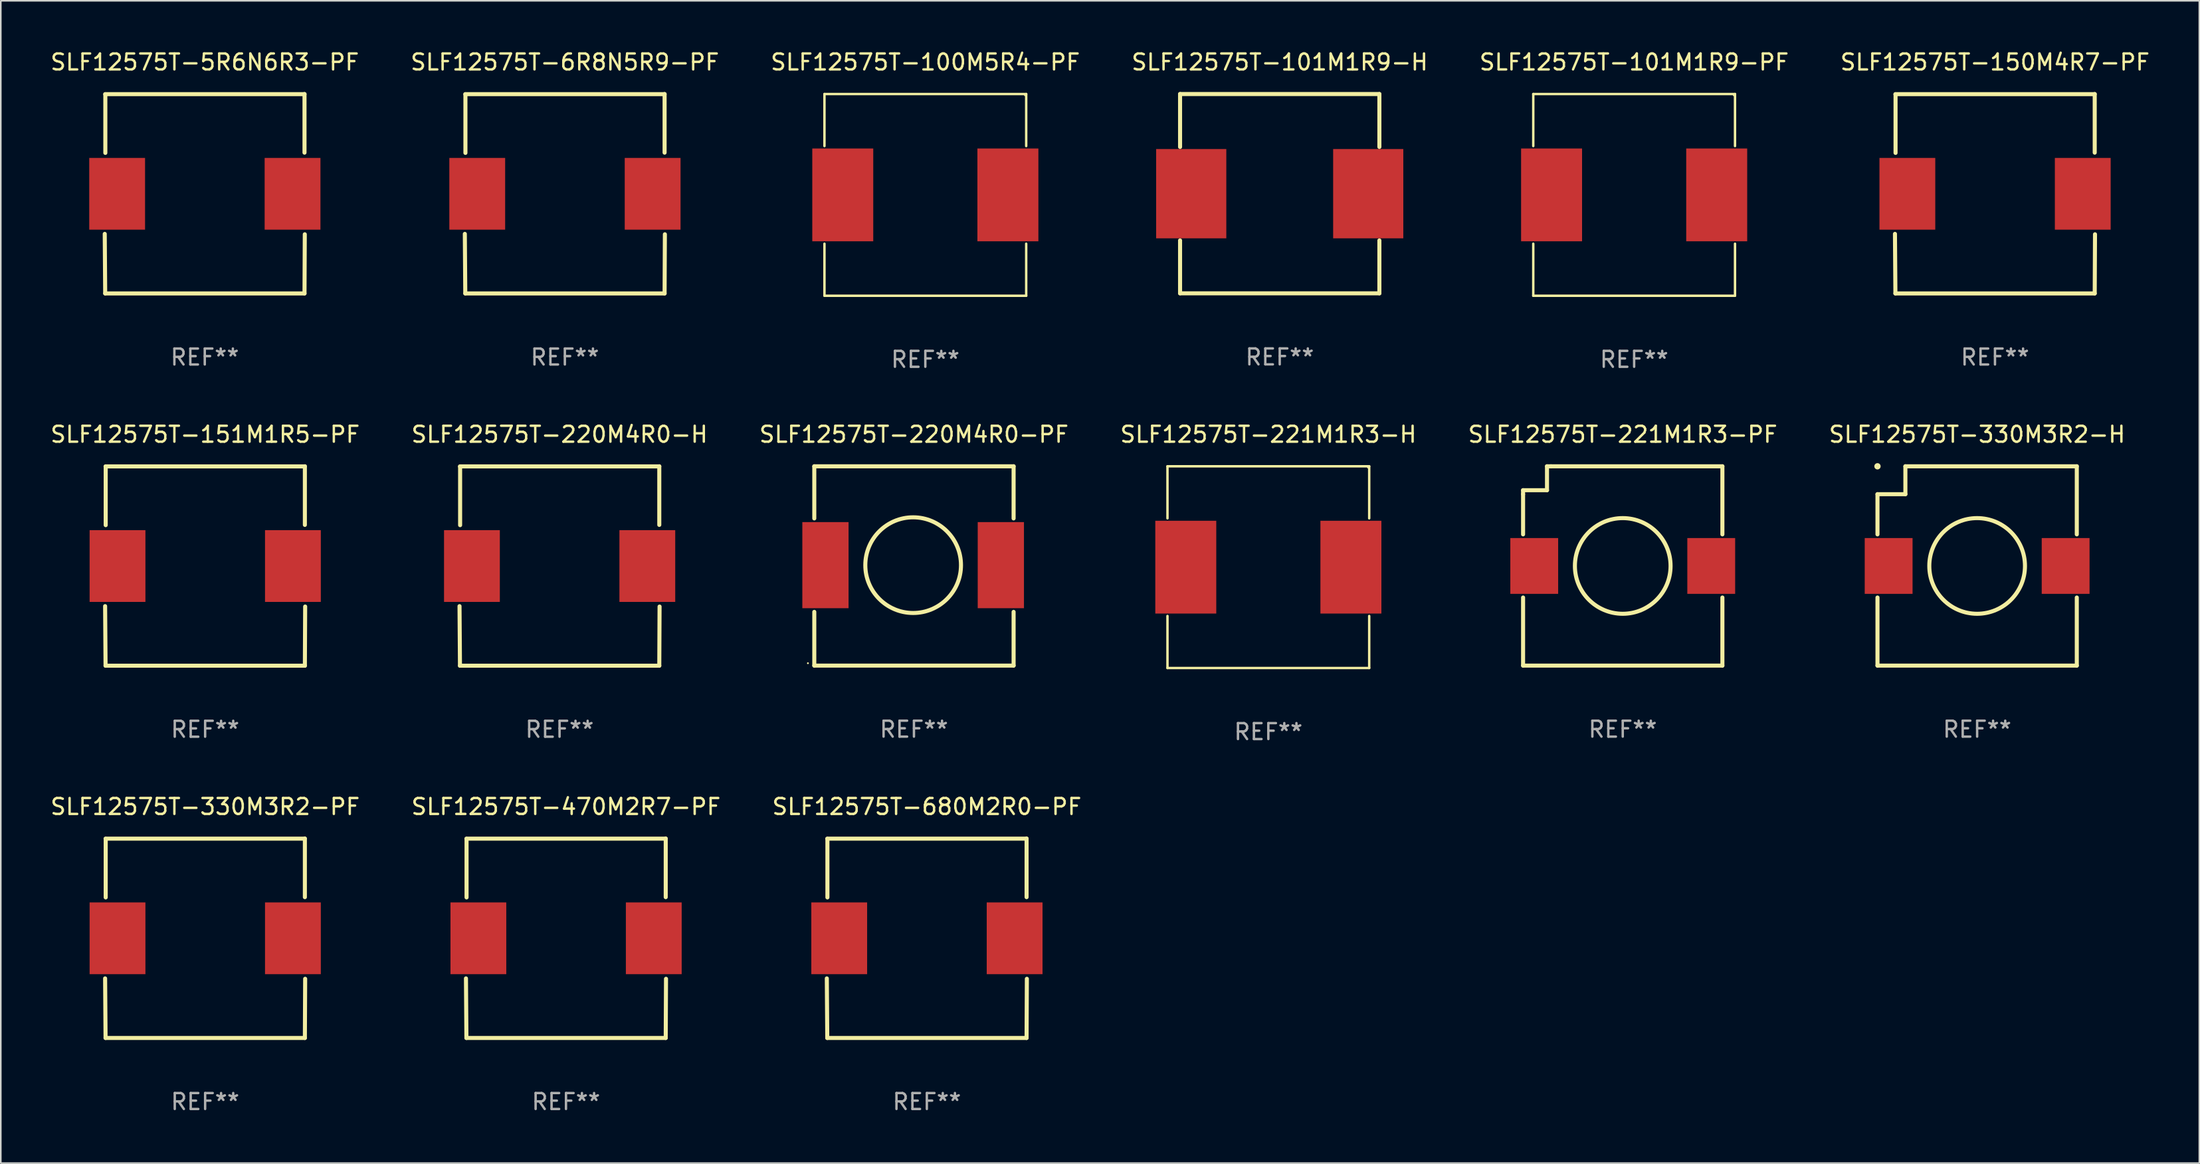
<source format=kicad_pcb>
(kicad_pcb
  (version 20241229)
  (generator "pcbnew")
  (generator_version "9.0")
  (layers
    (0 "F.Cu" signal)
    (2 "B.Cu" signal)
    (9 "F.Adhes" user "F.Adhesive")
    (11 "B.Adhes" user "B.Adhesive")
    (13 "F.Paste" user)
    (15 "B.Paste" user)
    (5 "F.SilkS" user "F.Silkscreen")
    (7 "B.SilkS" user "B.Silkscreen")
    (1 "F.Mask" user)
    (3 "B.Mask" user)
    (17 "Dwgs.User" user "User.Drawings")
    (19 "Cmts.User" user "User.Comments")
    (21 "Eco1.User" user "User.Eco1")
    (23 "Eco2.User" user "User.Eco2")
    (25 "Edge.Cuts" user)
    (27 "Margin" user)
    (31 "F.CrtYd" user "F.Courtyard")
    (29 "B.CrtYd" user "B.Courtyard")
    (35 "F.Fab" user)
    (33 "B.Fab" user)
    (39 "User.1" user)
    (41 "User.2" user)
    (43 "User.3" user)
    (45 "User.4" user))
  (footprint "SLF12575T-221M1R3-PF"
    (layer "F.Cu")
    (at 98.72 32.447)
    (property "Reference" "SLF12575T-221M1R3-PF" (at 0 -8.25 0) (layer "F.SilkS") (effects (font (size 1 1) (thickness 0.15))))
    (attr through_hole)
    (fp_line (start -6.25 -4.75) (end -4.75 -4.75) (stroke (width 0.254) (type solid)) (layer "F.SilkS"))
    (fp_line (start -6.25 -4.5) (end -6.25 -4.75) (stroke (width 0.254) (type solid)) (layer "F.SilkS"))
    (fp_line (start -6.25 -4.5) (end -6.25 -1.981) (stroke (width 0.254) (type solid)) (layer "F.SilkS"))
    (fp_line (start -6.25 6.25) (end -6.25 1.981) (stroke (width 0.254) (type solid)) (layer "F.SilkS"))
    (fp_line (start -6.25 6.25) (end 6.25 6.25) (stroke (width 0.254) (type solid)) (layer "F.SilkS"))
    (fp_line (start -4.75 -6.25) (end -4.5 -6.25) (stroke (width 0.254) (type solid)) (layer "F.SilkS"))
    (fp_line (start -4.75 -4.75) (end -4.75 -6.25) (stroke (width 0.254) (type solid)) (layer "F.SilkS"))
    (fp_line (start -4.5 -6.25) (end 6.25 -6.25) (stroke (width 0.254) (type solid)) (layer "F.SilkS"))
    (fp_line (start 6.25 -6.25) (end 6.25 -1.981) (stroke (width 0.254) (type solid)) (layer "F.SilkS"))
    (fp_line (start 6.25 1.981) (end 6.25 6.25) (stroke (width 0.254) (type solid)) (layer "F.SilkS"))
    (fp_circle (center -6.25 6.25) (end -6.22 6.25) (stroke (width 0.06) (type solid)) (fill no) (layer "F.SilkS"))
    (fp_circle (center 0 0.000025) (end 3 0.000025) (stroke (width 0.254) (type solid)) (fill no) (layer "F.SilkS"))
    (fp_text user "REF**" (at 0 10.25 0) (layer "F.Fab") (effects (font (size 1 1) (thickness 0.15))))
    (pad "1" smd rect (at -5.55 0.000025) (size 3 3.5) (layers "F.Cu" "F.Mask" "F.Paste"))
    (pad "2" smd rect (at 5.55 0.000025) (size 3 3.5) (layers "F.Cu" "F.Mask" "F.Paste")))
  (footprint "SLF12575T-151M1R5-PF"
    (layer "F.Cu")
    (at 9.815 32.45)
    (property "Reference" "SLF12575T-151M1R5-PF" (at 0 -8.253 0) (layer "F.SilkS") (effects (font (size 1 1) (thickness 0.15))))
    (attr through_hole)
    (fp_line (start -6.273 2.518) (end -6.245 6.253) (stroke (width 0.254) (type solid)) (layer "F.SilkS"))
    (fp_line (start -6.245 -6.247) (end 6.255 -6.247) (stroke (width 0.254) (type solid)) (layer "F.SilkS"))
    (fp_line (start -6.245 6.253) (end 6.255 6.253) (stroke (width 0.254) (type solid)) (layer "F.SilkS"))
    (fp_line (start -6.236 -6.237) (end -6.236 -2.562) (stroke (width 0.254) (type solid)) (layer "F.SilkS"))
    (fp_line (start 6.255 -6.253) (end 6.255 -2.578) (stroke (width 0.254) (type solid)) (layer "F.SilkS"))
    (fp_line (start 6.255 6.253) (end 6.273 2.543) (stroke (width 0.254) (type solid)) (layer "F.SilkS"))
    (fp_circle (center -6.245 6.253) (end -6.215 6.253) (stroke (width 0.06) (type solid)) (fill no) (layer "F.SilkS"))
    (fp_text user "REF**" (at 0 10.253 0) (layer "F.Fab") (effects (font (size 1 1) (thickness 0.15))))
    (pad "1" smd rect (at -5.495 0.003) (size 3.5 4.5) (layers "F.Cu" "F.Mask" "F.Paste"))
    (pad "2" smd rect (at 5.505 0.003) (size 3.5 4.5) (layers "F.Cu" "F.Mask" "F.Paste")))
  (footprint "SLF12575T-100M5R4-PF"
    (layer "F.Cu")
    (at 54.982 9.174)
    (property "Reference" "SLF12575T-100M5R4-PF" (at 0 -8.326 0) (layer "F.SilkS") (effects (font (size 1 1) (thickness 0.15))))
    (attr through_hole)
    (fp_line (start -6.326 -6.326) (end 6.326 -6.326) (stroke (width 0.152) (type solid)) (layer "F.SilkS"))
    (fp_line (start -6.326 -3.062) (end -6.326 -6.326) (stroke (width 0.152) (type solid)) (layer "F.SilkS"))
    (fp_line (start -6.326 3.062) (end -6.326 6.326) (stroke (width 0.152) (type solid)) (layer "F.SilkS"))
    (fp_line (start -6.326 6.326) (end 6.326 6.326) (stroke (width 0.152) (type solid)) (layer "F.SilkS"))
    (fp_line (start 6.326 -6.326) (end 6.326 -3.062) (stroke (width 0.152) (type solid)) (layer "F.SilkS"))
    (fp_line (start 6.326 6.326) (end 6.326 3.062) (stroke (width 0.152) (type solid)) (layer "F.SilkS"))
    (fp_circle (center 6.25 -6.25) (end 6.28 -6.25) (stroke (width 0.06) (type solid)) (fill no) (layer "F.SilkS"))
    (fp_text user "REF**" (at 0 10.326 0) (layer "F.Fab") (effects (font (size 1 1) (thickness 0.15))))
    (pad "1" smd rect (at 5.178 0) (size 3.824 5.82) (layers "F.Cu" "F.Mask" "F.Paste"))
    (pad "2" smd rect (at -5.178 0) (size 3.824 5.82) (layers "F.Cu" "F.Mask" "F.Paste")))
  (footprint "SLF12575T-220M4R0-H"
    (layer "F.Cu")
    (at 32.042 32.45)
    (property "Reference" "SLF12575T-220M4R0-H" (at 0 -8.253 0) (layer "F.SilkS") (effects (font (size 1 1) (thickness 0.15))))
    (attr through_hole)
    (fp_line (start -6.273 2.518) (end -6.245 6.253) (stroke (width 0.254) (type solid)) (layer "F.SilkS"))
    (fp_line (start -6.245 -6.247) (end 6.255 -6.247) (stroke (width 0.254) (type solid)) (layer "F.SilkS"))
    (fp_line (start -6.245 6.253) (end 6.255 6.253) (stroke (width 0.254) (type solid)) (layer "F.SilkS"))
    (fp_line (start -6.236 -6.237) (end -6.236 -2.562) (stroke (width 0.254) (type solid)) (layer "F.SilkS"))
    (fp_line (start 6.255 -6.253) (end 6.255 -2.578) (stroke (width 0.254) (type solid)) (layer "F.SilkS"))
    (fp_line (start 6.255 6.253) (end 6.273 2.543) (stroke (width 0.254) (type solid)) (layer "F.SilkS"))
    (fp_circle (center -6.245 6.253) (end -6.215 6.253) (stroke (width 0.06) (type solid)) (fill no) (layer "F.SilkS"))
    (fp_text user "REF**" (at 0 10.253 0) (layer "F.Fab") (effects (font (size 1 1) (thickness 0.15))))
    (pad "1" smd rect (at -5.495 0.003) (size 3.5 4.5) (layers "F.Cu" "F.Mask" "F.Paste"))
    (pad "2" smd rect (at 5.505 0.003) (size 3.5 4.5) (layers "F.Cu" "F.Mask" "F.Paste")))
  (footprint "SLF12575T-6R8N5R9-PF"
    (layer "F.Cu")
    (at 32.375 9.102)
    (property "Reference" "SLF12575T-6R8N5R9-PF" (at 0 -8.253 0) (layer "F.SilkS") (effects (font (size 1 1) (thickness 0.15))))
    (attr through_hole)
    (fp_line (start -6.273 2.518) (end -6.245 6.253) (stroke (width 0.254) (type solid)) (layer "F.SilkS"))
    (fp_line (start -6.245 -6.247) (end 6.255 -6.247) (stroke (width 0.254) (type solid)) (layer "F.SilkS"))
    (fp_line (start -6.245 6.253) (end 6.255 6.253) (stroke (width 0.254) (type solid)) (layer "F.SilkS"))
    (fp_line (start -6.236 -6.237) (end -6.236 -2.562) (stroke (width 0.254) (type solid)) (layer "F.SilkS"))
    (fp_line (start 6.255 -6.253) (end 6.255 -2.578) (stroke (width 0.254) (type solid)) (layer "F.SilkS"))
    (fp_line (start 6.255 6.253) (end 6.273 2.543) (stroke (width 0.254) (type solid)) (layer "F.SilkS"))
    (fp_circle (center -6.245 6.253) (end -6.215 6.253) (stroke (width 0.06) (type solid)) (fill no) (layer "F.SilkS"))
    (fp_text user "REF**" (at 0 10.253 0) (layer "F.Fab") (effects (font (size 1 1) (thickness 0.15))))
    (pad "1" smd rect (at -5.495 0.003) (size 3.5 4.5) (layers "F.Cu" "F.Mask" "F.Paste"))
    (pad "2" smd rect (at 5.505 0.003) (size 3.5 4.5) (layers "F.Cu" "F.Mask" "F.Paste")))
  (footprint "SLF12575T-220M4R0-PF"
    (layer "F.Cu")
    (at 54.268 32.447)
    (property "Reference" "SLF12575T-220M4R0-PF" (at 0 -8.25 0) (layer "F.SilkS") (effects (font (size 1 1) (thickness 0.15))))
    (attr through_hole)
    (fp_line (start -6.25 -6.25) (end 6.25 -6.25) (stroke (width 0.254) (type solid)) (layer "F.SilkS"))
    (fp_line (start -6.25 -2.981) (end -6.25 -6.25) (stroke (width 0.254) (type solid)) (layer "F.SilkS"))
    (fp_line (start -6.25 6.25) (end -6.25 2.881) (stroke (width 0.254) (type solid)) (layer "F.SilkS"))
    (fp_line (start 6.25 -6.25) (end 6.25 -2.981) (stroke (width 0.254) (type solid)) (layer "F.SilkS"))
    (fp_line (start 6.25 2.881) (end 6.25 6.25) (stroke (width 0.254) (type solid)) (layer "F.SilkS"))
    (fp_line (start 6.25 6.25) (end -6.25 6.25) (stroke (width 0.254) (type solid)) (layer "F.SilkS"))
    (fp_circle (center -6.65 6.1) (end -6.62 6.1) (stroke (width 0.06) (type solid)) (fill no) (layer "F.SilkS"))
    (fp_circle (center -0.05 -0.05) (end 2.95 -0.05) (stroke (width 0.254) (type solid)) (fill no) (layer "F.SilkS"))
    (fp_text user "REF**" (at 0 10.25 0) (layer "F.Fab") (effects (font (size 1 1) (thickness 0.15))))
    (pad "1" smd rect (at -5.55 -0.05 90) (size 5.4 2.9) (layers "F.Cu" "F.Mask" "F.Paste"))
    (pad "2" smd rect (at 5.45 -0.05 90) (size 5.4 2.9) (layers "F.Cu" "F.Mask" "F.Paste")))
  (footprint "SLF12575T-330M3R2-PF"
    (layer "F.Cu")
    (at 9.815 55.799)
    (property "Reference" "SLF12575T-330M3R2-PF" (at 0 -8.253 0) (layer "F.SilkS") (effects (font (size 1 1) (thickness 0.15))))
    (attr through_hole)
    (fp_line (start -6.273 2.518) (end -6.245 6.253) (stroke (width 0.254) (type solid)) (layer "F.SilkS"))
    (fp_line (start -6.245 -6.247) (end 6.255 -6.247) (stroke (width 0.254) (type solid)) (layer "F.SilkS"))
    (fp_line (start -6.245 6.253) (end 6.255 6.253) (stroke (width 0.254) (type solid)) (layer "F.SilkS"))
    (fp_line (start -6.236 -6.237) (end -6.236 -2.562) (stroke (width 0.254) (type solid)) (layer "F.SilkS"))
    (fp_line (start 6.255 -6.253) (end 6.255 -2.578) (stroke (width 0.254) (type solid)) (layer "F.SilkS"))
    (fp_line (start 6.255 6.253) (end 6.273 2.543) (stroke (width 0.254) (type solid)) (layer "F.SilkS"))
    (fp_circle (center -6.245 6.253) (end -6.215 6.253) (stroke (width 0.06) (type solid)) (fill no) (layer "F.SilkS"))
    (fp_text user "REF**" (at 0 10.253 0) (layer "F.Fab") (effects (font (size 1 1) (thickness 0.15))))
    (pad "1" smd rect (at -5.495 0.003) (size 3.5 4.5) (layers "F.Cu" "F.Mask" "F.Paste"))
    (pad "2" smd rect (at 5.505 0.003) (size 3.5 4.5) (layers "F.Cu" "F.Mask" "F.Paste")))
  (footprint "SLF12575T-101M1R9-PF"
    (layer "F.Cu")
    (at 99.435 9.174)
    (property "Reference" "SLF12575T-101M1R9-PF" (at 0 -8.326 0) (layer "F.SilkS") (effects (font (size 1 1) (thickness 0.15))))
    (attr through_hole)
    (fp_line (start -6.326 -6.326) (end 6.326 -6.326) (stroke (width 0.152) (type solid)) (layer "F.SilkS"))
    (fp_line (start -6.326 -3.062) (end -6.326 -6.326) (stroke (width 0.152) (type solid)) (layer "F.SilkS"))
    (fp_line (start -6.326 3.062) (end -6.326 6.326) (stroke (width 0.152) (type solid)) (layer "F.SilkS"))
    (fp_line (start -6.326 6.326) (end 6.326 6.326) (stroke (width 0.152) (type solid)) (layer "F.SilkS"))
    (fp_line (start 6.326 -6.326) (end 6.326 -3.062) (stroke (width 0.152) (type solid)) (layer "F.SilkS"))
    (fp_line (start 6.326 6.326) (end 6.326 3.062) (stroke (width 0.152) (type solid)) (layer "F.SilkS"))
    (fp_circle (center 6.25 -6.25) (end 6.28 -6.25) (stroke (width 0.06) (type solid)) (fill no) (layer "F.SilkS"))
    (fp_text user "REF**" (at 0 10.326 0) (layer "F.Fab") (effects (font (size 1 1) (thickness 0.15))))
    (pad "1" smd rect (at 5.178 0) (size 3.824 5.82) (layers "F.Cu" "F.Mask" "F.Paste"))
    (pad "2" smd rect (at -5.178 0) (size 3.824 5.82) (layers "F.Cu" "F.Mask" "F.Paste")))
  (footprint "SLF12575T-470M2R7-PF"
    (layer "F.Cu")
    (at 32.446 55.799)
    (property "Reference" "SLF12575T-470M2R7-PF" (at 0 -8.253 0) (layer "F.SilkS") (effects (font (size 1 1) (thickness 0.15))))
    (attr through_hole)
    (fp_line (start -6.273 2.518) (end -6.245 6.253) (stroke (width 0.254) (type solid)) (layer "F.SilkS"))
    (fp_line (start -6.245 -6.247) (end 6.255 -6.247) (stroke (width 0.254) (type solid)) (layer "F.SilkS"))
    (fp_line (start -6.245 6.253) (end 6.255 6.253) (stroke (width 0.254) (type solid)) (layer "F.SilkS"))
    (fp_line (start -6.236 -6.237) (end -6.236 -2.562) (stroke (width 0.254) (type solid)) (layer "F.SilkS"))
    (fp_line (start 6.255 -6.253) (end 6.255 -2.578) (stroke (width 0.254) (type solid)) (layer "F.SilkS"))
    (fp_line (start 6.255 6.253) (end 6.273 2.543) (stroke (width 0.254) (type solid)) (layer "F.SilkS"))
    (fp_circle (center -6.245 6.253) (end -6.215 6.253) (stroke (width 0.06) (type solid)) (fill no) (layer "F.SilkS"))
    (fp_text user "REF**" (at 0 10.253 0) (layer "F.Fab") (effects (font (size 1 1) (thickness 0.15))))
    (pad "1" smd rect (at -5.495 0.003) (size 3.5 4.5) (layers "F.Cu" "F.Mask" "F.Paste"))
    (pad "2" smd rect (at 5.505 0.003) (size 3.5 4.5) (layers "F.Cu" "F.Mask" "F.Paste")))
  (footprint "SLF12575T-101M1R9-H"
    (layer "F.Cu")
    (at 77.208 9.098)
    (property "Reference" "SLF12575T-101M1R9-H" (at 0 -8.25 0) (layer "F.SilkS") (effects (font (size 1 1) (thickness 0.15))))
    (attr through_hole)
    (fp_line (start -6.25 -6.25) (end 6.25 -6.25) (stroke (width 0.254) (type solid)) (layer "F.SilkS"))
    (fp_line (start -6.25 -2.931) (end -6.25 -6.25) (stroke (width 0.254) (type solid)) (layer "F.SilkS"))
    (fp_line (start -6.25 6.25) (end -6.25 2.931) (stroke (width 0.254) (type solid)) (layer "F.SilkS"))
    (fp_line (start 6.25 -6.25) (end 6.25 -2.931) (stroke (width 0.254) (type solid)) (layer "F.SilkS"))
    (fp_line (start 6.25 2.931) (end 6.25 6.25) (stroke (width 0.254) (type solid)) (layer "F.SilkS"))
    (fp_line (start 6.25 6.25) (end -6.25 6.25) (stroke (width 0.254) (type solid)) (layer "F.SilkS"))
    (fp_circle (center -6.25 6.25) (end -6.22 6.25) (stroke (width 0.06) (type solid)) (fill no) (layer "F.SilkS"))
    (fp_text user "REF**" (at 0 10.25 0) (layer "F.Fab") (effects (font (size 1 1) (thickness 0.15))))
    (pad "1" smd rect (at -5.55 0) (size 4.4 5.6) (layers "F.Cu" "F.Mask" "F.Paste"))
    (pad "2" smd rect (at 5.55 0) (size 4.4 5.6) (layers "F.Cu" "F.Mask" "F.Paste")))
  (footprint "SLF12575T-150M4R7-PF"
    (layer "F.Cu")
    (at 122.065 9.102)
    (property "Reference" "SLF12575T-150M4R7-PF" (at 0 -8.253 0) (layer "F.SilkS") (effects (font (size 1 1) (thickness 0.15))))
    (attr through_hole)
    (fp_line (start -6.273 2.518) (end -6.245 6.253) (stroke (width 0.254) (type solid)) (layer "F.SilkS"))
    (fp_line (start -6.245 -6.247) (end 6.255 -6.247) (stroke (width 0.254) (type solid)) (layer "F.SilkS"))
    (fp_line (start -6.245 6.253) (end 6.255 6.253) (stroke (width 0.254) (type solid)) (layer "F.SilkS"))
    (fp_line (start -6.236 -6.237) (end -6.236 -2.562) (stroke (width 0.254) (type solid)) (layer "F.SilkS"))
    (fp_line (start 6.255 -6.253) (end 6.255 -2.578) (stroke (width 0.254) (type solid)) (layer "F.SilkS"))
    (fp_line (start 6.255 6.253) (end 6.273 2.543) (stroke (width 0.254) (type solid)) (layer "F.SilkS"))
    (fp_circle (center -6.245 6.253) (end -6.215 6.253) (stroke (width 0.06) (type solid)) (fill no) (layer "F.SilkS"))
    (fp_text user "REF**" (at 0 10.253 0) (layer "F.Fab") (effects (font (size 1 1) (thickness 0.15))))
    (pad "1" smd rect (at -5.495 0.003) (size 3.5 4.5) (layers "F.Cu" "F.Mask" "F.Paste"))
    (pad "2" smd rect (at 5.505 0.003) (size 3.5 4.5) (layers "F.Cu" "F.Mask" "F.Paste")))
  (footprint "SLF12575T-5R6N6R3-PF"
    (layer "F.Cu")
    (at 9.792 9.102)
    (property "Reference" "SLF12575T-5R6N6R3-PF" (at 0 -8.253 0) (layer "F.SilkS") (effects (font (size 1 1) (thickness 0.15))))
    (attr through_hole)
    (fp_line (start -6.273 2.518) (end -6.245 6.253) (stroke (width 0.254) (type solid)) (layer "F.SilkS"))
    (fp_line (start -6.245 -6.247) (end 6.255 -6.247) (stroke (width 0.254) (type solid)) (layer "F.SilkS"))
    (fp_line (start -6.245 6.253) (end 6.255 6.253) (stroke (width 0.254) (type solid)) (layer "F.SilkS"))
    (fp_line (start -6.236 -6.237) (end -6.236 -2.562) (stroke (width 0.254) (type solid)) (layer "F.SilkS"))
    (fp_line (start 6.255 -6.253) (end 6.255 -2.578) (stroke (width 0.254) (type solid)) (layer "F.SilkS"))
    (fp_line (start 6.255 6.253) (end 6.273 2.543) (stroke (width 0.254) (type solid)) (layer "F.SilkS"))
    (fp_circle (center -6.245 6.253) (end -6.215 6.253) (stroke (width 0.06) (type solid)) (fill no) (layer "F.SilkS"))
    (fp_text user "REF**" (at 0 10.253 0) (layer "F.Fab") (effects (font (size 1 1) (thickness 0.15))))
    (pad "1" smd rect (at -5.495 0.003) (size 3.5 4.5) (layers "F.Cu" "F.Mask" "F.Paste"))
    (pad "2" smd rect (at 5.505 0.003) (size 3.5 4.5) (layers "F.Cu" "F.Mask" "F.Paste")))
  (footprint "SLF12575T-680M2R0-PF"
    (layer "F.Cu")
    (at 55.077 55.799)
    (property "Reference" "SLF12575T-680M2R0-PF" (at 0 -8.253 0) (layer "F.SilkS") (effects (font (size 1 1) (thickness 0.15))))
    (attr through_hole)
    (fp_line (start -6.273 2.518) (end -6.245 6.253) (stroke (width 0.254) (type solid)) (layer "F.SilkS"))
    (fp_line (start -6.245 -6.247) (end 6.255 -6.247) (stroke (width 0.254) (type solid)) (layer "F.SilkS"))
    (fp_line (start -6.245 6.253) (end 6.255 6.253) (stroke (width 0.254) (type solid)) (layer "F.SilkS"))
    (fp_line (start -6.236 -6.237) (end -6.236 -2.562) (stroke (width 0.254) (type solid)) (layer "F.SilkS"))
    (fp_line (start 6.255 -6.253) (end 6.255 -2.578) (stroke (width 0.254) (type solid)) (layer "F.SilkS"))
    (fp_line (start 6.255 6.253) (end 6.273 2.543) (stroke (width 0.254) (type solid)) (layer "F.SilkS"))
    (fp_circle (center -6.245 6.253) (end -6.215 6.253) (stroke (width 0.06) (type solid)) (fill no) (layer "F.SilkS"))
    (fp_text user "REF**" (at 0 10.253 0) (layer "F.Fab") (effects (font (size 1 1) (thickness 0.15))))
    (pad "1" smd rect (at -5.495 0.003) (size 3.5 4.5) (layers "F.Cu" "F.Mask" "F.Paste"))
    (pad "2" smd rect (at 5.505 0.003) (size 3.5 4.5) (layers "F.Cu" "F.Mask" "F.Paste")))
  (footprint "SLF12575T-221M1R3-H"
    (layer "F.Cu")
    (at 76.494 32.523)
    (property "Reference" "SLF12575T-221M1R3-H" (at 0 -8.326 0) (layer "F.SilkS") (effects (font (size 1 1) (thickness 0.15))))
    (attr through_hole)
    (fp_line (start -6.326 -6.326) (end 6.326 -6.326) (stroke (width 0.152) (type solid)) (layer "F.SilkS"))
    (fp_line (start -6.326 -3.062) (end -6.326 -6.326) (stroke (width 0.152) (type solid)) (layer "F.SilkS"))
    (fp_line (start -6.326 3.062) (end -6.326 6.326) (stroke (width 0.152) (type solid)) (layer "F.SilkS"))
    (fp_line (start -6.326 6.326) (end 6.326 6.326) (stroke (width 0.152) (type solid)) (layer "F.SilkS"))
    (fp_line (start 6.326 -6.326) (end 6.326 -3.062) (stroke (width 0.152) (type solid)) (layer "F.SilkS"))
    (fp_line (start 6.326 6.326) (end 6.326 3.062) (stroke (width 0.152) (type solid)) (layer "F.SilkS"))
    (fp_circle (center 6.25 -6.25) (end 6.28 -6.25) (stroke (width 0.06) (type solid)) (fill no) (layer "F.SilkS"))
    (fp_text user "REF**" (at 0 10.326 0) (layer "F.Fab") (effects (font (size 1 1) (thickness 0.15))))
    (pad "1" smd rect (at 5.178 0) (size 3.824 5.82) (layers "F.Cu" "F.Mask" "F.Paste"))
    (pad "2" smd rect (at -5.178 0) (size 3.824 5.82) (layers "F.Cu" "F.Mask" "F.Paste")))
  (footprint "SLF12575T-330M3R2-H"
    (layer "F.Cu")
    (at 120.946 32.447)
    (property "Reference" "SLF12575T-330M3R2-H" (at 0 -8.25 0) (layer "F.SilkS") (effects (font (size 1 1) (thickness 0.15))))
    (attr through_hole)
    (fp_line (start -6.25 -4.5) (end -6.25 -1.981) (stroke (width 0.254) (type solid)) (layer "F.SilkS"))
    (fp_line (start -6.25 -4.5) (end -4.5 -4.5) (stroke (width 0.254) (type solid)) (layer "F.SilkS"))
    (fp_line (start -6.25 6.25) (end -6.25 1.981) (stroke (width 0.254) (type solid)) (layer "F.SilkS"))
    (fp_line (start -6.25 6.25) (end 6.25 6.25) (stroke (width 0.254) (type solid)) (layer "F.SilkS"))
    (fp_line (start -4.5 -6.25) (end 6.25 -6.25) (stroke (width 0.254) (type solid)) (layer "F.SilkS"))
    (fp_line (start -4.5 -4.5) (end -4.5 -6.25) (stroke (width 0.254) (type solid)) (layer "F.SilkS"))
    (fp_line (start 6.25 -6.25) (end 6.25 -1.981) (stroke (width 0.254) (type solid)) (layer "F.SilkS"))
    (fp_line (start 6.25 1.981) (end 6.25 6.25) (stroke (width 0.254) (type solid)) (layer "F.SilkS"))
    (fp_circle (center -6.25 -6.25) (end -6.15 -6.25) (stroke (width 0.2) (type solid)) (fill no) (layer "F.SilkS"))
    (fp_circle (center 0 0) (end 3 0) (stroke (width 0.254) (type solid)) (fill no) (layer "F.SilkS"))
    (fp_text user "REF**" (at 0 10.25 0) (layer "F.Fab") (effects (font (size 1 1) (thickness 0.15))))
    (pad "1" smd rect (at -5.55 0) (size 3 3.5) (layers "F.Cu" "F.Mask" "F.Paste"))
    (pad "2" smd rect (at 5.55 0) (size 3 3.5) (layers "F.Cu" "F.Mask" "F.Paste")))
  (gr_rect
    (start -3 -3)
    (end 134.881 69.901)
    (stroke (width 0.1) (type default))
    (fill no)
    (layer "Edge.Cuts")))
</source>
